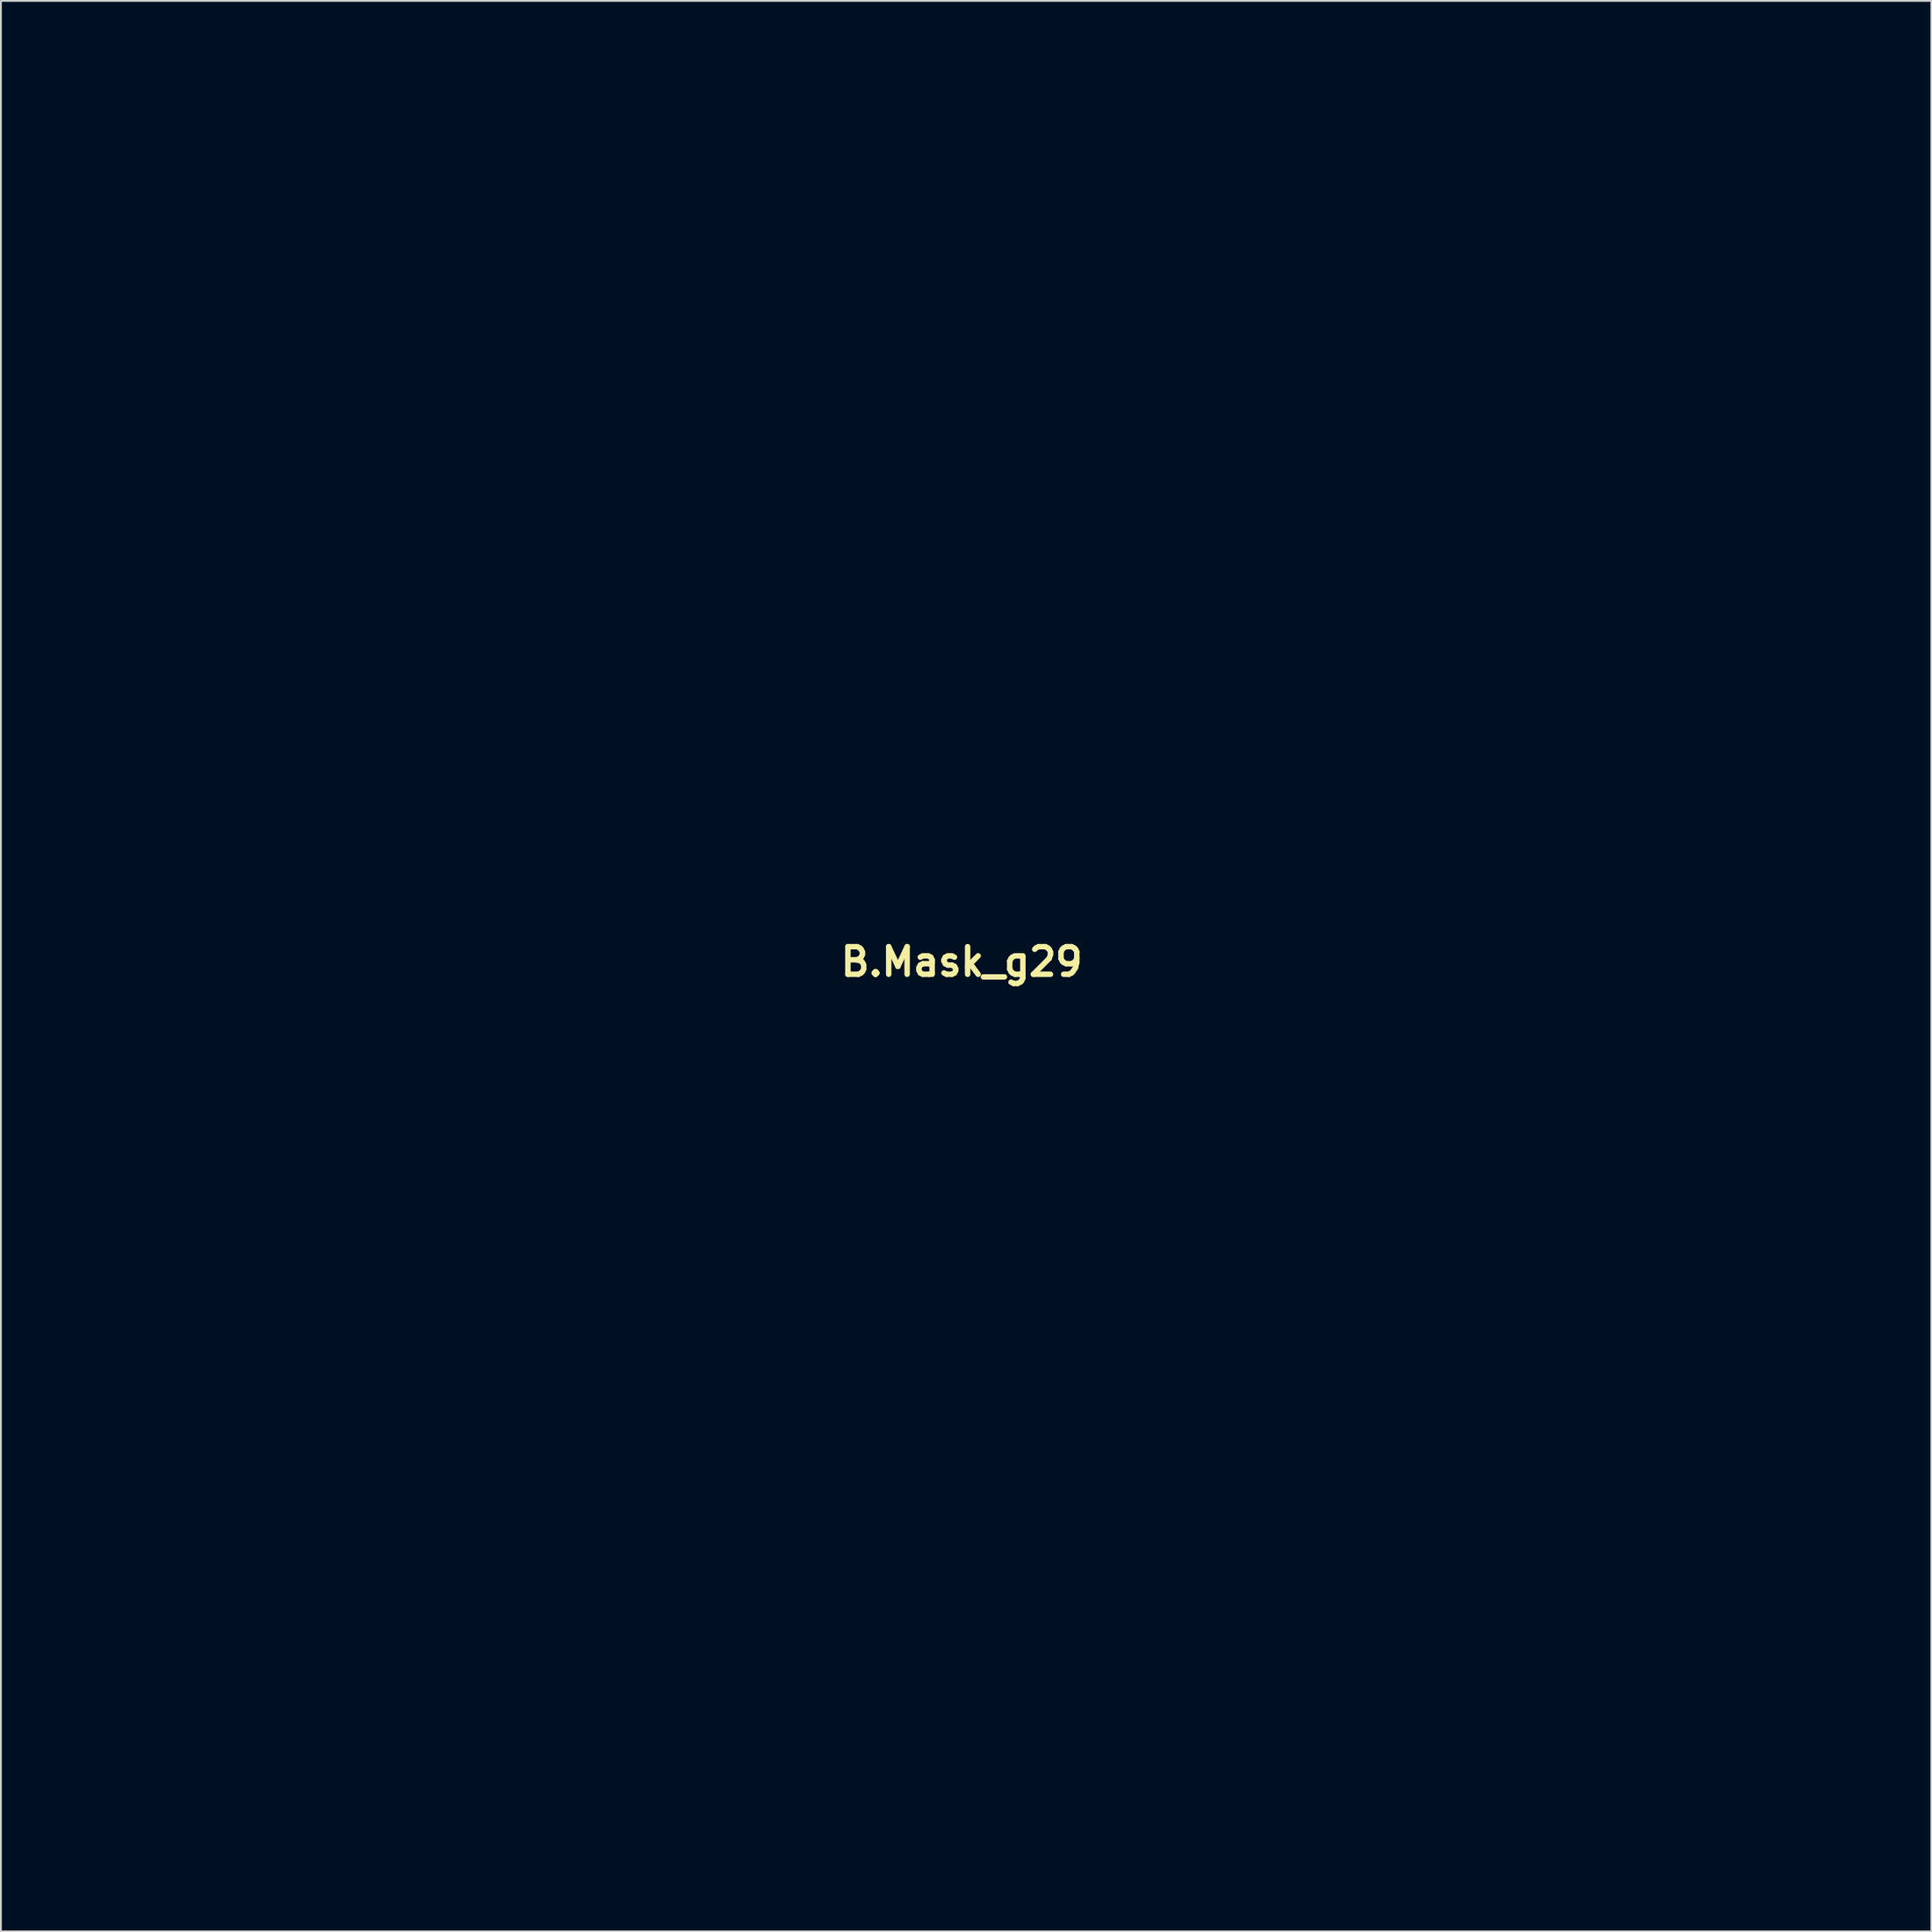
<source format=kicad_pcb>
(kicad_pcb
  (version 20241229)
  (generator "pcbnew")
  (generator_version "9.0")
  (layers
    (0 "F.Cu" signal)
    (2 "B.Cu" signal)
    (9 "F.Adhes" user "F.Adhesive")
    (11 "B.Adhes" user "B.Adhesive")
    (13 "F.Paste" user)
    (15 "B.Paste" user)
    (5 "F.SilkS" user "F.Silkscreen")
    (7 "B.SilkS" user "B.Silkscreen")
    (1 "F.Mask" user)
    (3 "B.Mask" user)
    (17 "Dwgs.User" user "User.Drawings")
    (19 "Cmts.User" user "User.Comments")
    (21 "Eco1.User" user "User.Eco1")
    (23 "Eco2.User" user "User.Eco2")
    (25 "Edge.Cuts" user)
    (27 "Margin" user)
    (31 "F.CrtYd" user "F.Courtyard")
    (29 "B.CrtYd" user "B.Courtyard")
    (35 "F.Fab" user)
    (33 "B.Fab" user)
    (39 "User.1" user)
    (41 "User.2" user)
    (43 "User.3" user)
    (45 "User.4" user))
  (footprint "B.Mask_g29"
    (layer "F.Cu")
    (at 50.015 50.019)
    (property "Reference" "B.Mask_g29" (at 0 0 0) (layer "F.SilkS") (effects (font (size 1.524 1.524) (thickness 0.3))))
    (attr through_hole)
    (fp_poly (pts (xy 10.111 -15.165) (xy 10.38 -14.652) (xy 10.622 -14.13) (xy 10.834 -13.605) (xy 11.017 -13.081) (xy 11.167 -12.564) (xy 11.283 -12.058) (xy 11.356 -11.62) (xy 11.376 -11.441) (xy 11.391 -11.236) (xy 11.4 -11.019) (xy 11.405 -10.802) (xy 11.403 -10.597) (xy 11.395 -10.416) (xy 11.389 -10.351) (xy 11.331 -9.926) (xy 11.24 -9.527) (xy 11.114 -9.15) (xy 10.953 -8.794) (xy 10.754 -8.454) (xy 10.518 -8.13) (xy 10.242 -7.818) (xy 10.157 -7.732) (xy 9.786 -7.393) (xy 9.398 -7.094) (xy 8.992 -6.832) (xy 8.567 -6.609) (xy 8.124 -6.424) (xy 7.663 -6.276) (xy 7.182 -6.167) (xy 6.773 -6.106) (xy 6.68 -6.098) (xy 6.555 -6.091) (xy 6.406 -6.085) (xy 6.242 -6.081) (xy 6.072 -6.078) (xy 5.904 -6.077) (xy 5.746 -6.078) (xy 5.608 -6.081) (xy 5.497 -6.085) (xy 5.44 -6.089) (xy 4.813 -6.176) (xy 4.2 -6.301) (xy 3.598 -6.466) (xy 3.005 -6.671) (xy 2.417 -6.917) (xy 2.145 -7.046) (xy 1.815 -7.208) (xy 5.899 -11.302) (xy 9.982 -15.396) (xy 10.111 -15.165)) (stroke (width 0.01) (type solid)) (fill yes) (layer "B.Mask"))
    (fp_poly (pts (xy -7.241 2.474) (xy -7.211 2.523) (xy -7.17 2.601) (xy -7.119 2.702) (xy -7.062 2.821) (xy -7.001 2.953) (xy -6.938 3.091) (xy -6.877 3.233) (xy -6.819 3.371) (xy -6.796 3.425) (xy -6.615 3.907) (xy -6.458 4.397) (xy -6.326 4.887) (xy -6.222 5.37) (xy -6.147 5.839) (xy -6.115 6.121) (xy -6.105 6.271) (xy -6.1 6.449) (xy -6.099 6.645) (xy -6.101 6.85) (xy -6.108 7.054) (xy -6.117 7.247) (xy -6.13 7.419) (xy -6.146 7.56) (xy -6.148 7.578) (xy -6.237 8.031) (xy -6.364 8.465) (xy -6.529 8.881) (xy -6.731 9.277) (xy -6.97 9.652) (xy -7.246 10.007) (xy -7.559 10.34) (xy -7.591 10.372) (xy -7.967 10.704) (xy -8.361 10.999) (xy -8.774 11.255) (xy -9.205 11.473) (xy -9.654 11.653) (xy -10.12 11.795) (xy -10.604 11.898) (xy -11.106 11.963) (xy -11.624 11.989) (xy -12.118 11.979) (xy -12.653 11.932) (xy -13.204 11.846) (xy -13.771 11.721) (xy -13.843 11.703) (xy -13.993 11.662) (xy -14.153 11.616) (xy -14.319 11.565) (xy -14.485 11.511) (xy -14.647 11.456) (xy -14.8 11.403) (xy -14.938 11.352) (xy -15.057 11.305) (xy -15.151 11.264) (xy -15.217 11.232) (xy -15.249 11.209) (xy -15.251 11.204) (xy -15.237 11.187) (xy -15.195 11.14) (xy -15.128 11.065) (xy -15.037 10.963) (xy -14.922 10.837) (xy -14.786 10.687) (xy -14.63 10.514) (xy -14.454 10.322) (xy -14.262 10.11) (xy -14.053 9.881) (xy -13.83 9.636) (xy -13.593 9.376) (xy -13.345 9.104) (xy -13.086 8.82) (xy -12.819 8.527) (xy -12.543 8.225) (xy -12.261 7.916) (xy -11.975 7.602) (xy -11.685 7.285) (xy -11.393 6.965) (xy -11.1 6.645) (xy -10.808 6.326) (xy -10.518 6.009) (xy -10.232 5.696) (xy -9.95 5.388) (xy -9.675 5.088) (xy -9.408 4.796) (xy -9.149 4.514) (xy -8.902 4.243) (xy -8.666 3.986) (xy -8.443 3.743) (xy -8.235 3.517) (xy -8.044 3.308) (xy -7.869 3.119) (xy -7.714 2.95) (xy -7.579 2.803) (xy -7.466 2.681) (xy -7.375 2.583) (xy -7.31 2.513) (xy -7.27 2.471) (xy -7.257 2.459) (xy -7.241 2.474)) (stroke (width 0.01) (type solid)) (fill yes) (layer "B.Mask"))
    (fp_poly (pts (xy 22.101 -1.858) (xy 22.293 -1.845) (xy 22.449 -1.824) (xy 22.568 -1.795) (xy 22.648 -1.758) (xy 22.681 -1.726) (xy 22.692 -1.691) (xy 22.707 -1.616) (xy 22.725 -1.506) (xy 22.745 -1.362) (xy 22.767 -1.189) (xy 22.791 -0.989) (xy 22.817 -0.765) (xy 22.845 -0.52) (xy 22.873 -0.258) (xy 22.902 0.019) (xy 22.932 0.308) (xy 22.961 0.604) (xy 22.991 0.906) (xy 23.02 1.211) (xy 23.048 1.514) (xy 23.075 1.814) (xy 23.101 2.106) (xy 23.124 2.389) (xy 23.146 2.658) (xy 23.166 2.911) (xy 23.182 3.145) (xy 23.196 3.357) (xy 23.2 3.429) (xy 23.213 3.733) (xy 23.216 4.038) (xy 23.207 4.348) (xy 23.188 4.667) (xy 23.157 4.999) (xy 23.113 5.348) (xy 23.057 5.718) (xy 22.988 6.113) (xy 22.906 6.537) (xy 22.809 6.994) (xy 22.742 7.294) (xy 22.637 7.742) (xy 22.534 8.155) (xy 22.431 8.535) (xy 22.326 8.891) (xy 22.217 9.226) (xy 22.103 9.546) (xy 21.981 9.857) (xy 21.852 10.164) (xy 21.844 10.181) (xy 21.544 10.849) (xy 21.248 11.475) (xy 20.957 12.063) (xy 20.669 12.613) (xy 20.383 13.125) (xy 20.1 13.603) (xy 19.817 14.046) (xy 19.534 14.457) (xy 19.251 14.837) (xy 18.967 15.186) (xy 18.865 15.303) (xy 18.781 15.395) (xy 18.671 15.512) (xy 18.538 15.65) (xy 18.387 15.804) (xy 18.221 15.972) (xy 18.045 16.148) (xy 17.862 16.328) (xy 17.678 16.51) (xy 17.495 16.688) (xy 17.319 16.858) (xy 17.152 17.017) (xy 17 17.16) (xy 16.867 17.284) (xy 16.785 17.358) (xy 15.952 18.077) (xy 15.105 18.757) (xy 14.24 19.402) (xy 13.353 20.014) (xy 12.441 20.596) (xy 11.5 21.151) (xy 11.084 21.382) (xy 10.757 21.558) (xy 10.413 21.737) (xy 10.059 21.917) (xy 9.702 22.094) (xy 9.346 22.266) (xy 8.998 22.429) (xy 8.665 22.581) (xy 8.353 22.719) (xy 8.067 22.839) (xy 7.932 22.893) (xy 7.248 23.143) (xy 6.54 23.362) (xy 5.811 23.549) (xy 5.068 23.703) (xy 4.315 23.823) (xy 3.557 23.907) (xy 3.133 23.939) (xy 3.01 23.945) (xy 2.867 23.95) (xy 2.711 23.954) (xy 2.551 23.956) (xy 2.393 23.957) (xy 2.247 23.957) (xy 2.12 23.955) (xy 2.02 23.951) (xy 1.958 23.947) (xy 1.898 23.94) (xy 1.821 23.931) (xy 1.788 23.928) (xy 1.721 23.918) (xy 1.67 23.906) (xy 1.655 23.899) (xy 1.639 23.872) (xy 1.617 23.806) (xy 1.591 23.708) (xy 1.56 23.58) (xy 1.526 23.428) (xy 1.489 23.256) (xy 1.451 23.068) (xy 1.412 22.868) (xy 1.372 22.662) (xy 1.334 22.452) (xy 1.297 22.243) (xy 1.263 22.04) (xy 1.232 21.847) (xy 1.206 21.669) (xy 1.184 21.509) (xy 1.176 21.442) (xy 1.159 21.267) (xy 1.148 21.095) (xy 1.143 20.932) (xy 1.145 20.786) (xy 1.152 20.663) (xy 1.165 20.571) (xy 1.176 20.533) (xy 1.205 20.477) (xy 1.246 20.442) (xy 1.307 20.417) (xy 1.387 20.393) (xy 1.485 20.37) (xy 1.604 20.349) (xy 1.744 20.328) (xy 1.908 20.307) (xy 2.098 20.287) (xy 2.315 20.268) (xy 2.56 20.248) (xy 2.836 20.229) (xy 3.145 20.209) (xy 3.487 20.189) (xy 3.865 20.169) (xy 4.281 20.149) (xy 4.735 20.128) (xy 5.165 20.108) (xy 5.512 20.093) (xy 5.82 20.079) (xy 6.091 20.067) (xy 6.326 20.055) (xy 6.529 20.045) (xy 6.702 20.034) (xy 6.847 20.024) (xy 6.966 20.015) (xy 7.063 20.004) (xy 7.139 19.994) (xy 7.197 19.983) (xy 7.24 19.971) (xy 7.269 19.957) (xy 7.288 19.942) (xy 7.298 19.926) (xy 7.302 19.908) (xy 7.303 19.897) (xy 7.305 19.862) (xy 7.311 19.797) (xy 7.319 19.713) (xy 7.323 19.674) (xy 7.332 19.579) (xy 7.341 19.443) (xy 7.352 19.269) (xy 7.364 19.059) (xy 7.377 18.815) (xy 7.39 18.539) (xy 7.405 18.233) (xy 7.42 17.9) (xy 7.435 17.541) (xy 7.451 17.158) (xy 7.451 17.156) (xy 7.467 16.745) (xy 7.483 16.376) (xy 7.497 16.044) (xy 7.51 15.749) (xy 7.523 15.488) (xy 7.534 15.26) (xy 7.545 15.062) (xy 7.556 14.893) (xy 7.566 14.75) (xy 7.575 14.632) (xy 7.585 14.536) (xy 7.594 14.461) (xy 7.603 14.405) (xy 7.612 14.369) (xy 7.638 14.336) (xy 7.668 14.322) (xy 7.728 14.312) (xy 7.83 14.302) (xy 7.974 14.29) (xy 8.16 14.279) (xy 8.389 14.266) (xy 8.659 14.253) (xy 8.971 14.239) (xy 9.324 14.225) (xy 9.719 14.21) (xy 10.156 14.195) (xy 10.634 14.178) (xy 10.858 14.171) (xy 11.332 14.156) (xy 11.765 14.141) (xy 12.157 14.126) (xy 12.51 14.112) (xy 12.825 14.099) (xy 13.103 14.086) (xy 13.344 14.073) (xy 13.55 14.061) (xy 13.722 14.049) (xy 13.861 14.037) (xy 13.967 14.026) (xy 14.042 14.014) (xy 14.088 14.003) (xy 14.101 13.995) (xy 14.111 13.98) (xy 14.12 13.953) (xy 14.129 13.911) (xy 14.138 13.854) (xy 14.147 13.779) (xy 14.156 13.685) (xy 14.166 13.57) (xy 14.176 13.433) (xy 14.187 13.271) (xy 14.199 13.083) (xy 14.211 12.868) (xy 14.224 12.623) (xy 14.238 12.347) (xy 14.253 12.038) (xy 14.27 11.695) (xy 14.288 11.315) (xy 14.307 10.898) (xy 14.328 10.441) (xy 14.341 10.149) (xy 14.363 9.653) (xy 14.384 9.197) (xy 14.404 8.781) (xy 14.423 8.403) (xy 14.441 8.06) (xy 14.457 7.753) (xy 14.473 7.479) (xy 14.489 7.237) (xy 14.503 7.026) (xy 14.518 6.843) (xy 14.531 6.687) (xy 14.545 6.558) (xy 14.558 6.453) (xy 14.572 6.371) (xy 14.585 6.31) (xy 14.599 6.269) (xy 14.612 6.247) (xy 14.614 6.246) (xy 14.644 6.23) (xy 14.699 6.214) (xy 14.779 6.198) (xy 14.886 6.181) (xy 15.022 6.163) (xy 15.187 6.145) (xy 15.384 6.126) (xy 15.613 6.105) (xy 15.876 6.084) (xy 16.175 6.061) (xy 16.511 6.036) (xy 16.885 6.01) (xy 17.299 5.982) (xy 17.664 5.959) (xy 18.09 5.931) (xy 18.476 5.905) (xy 18.823 5.881) (xy 19.132 5.859) (xy 19.405 5.838) (xy 19.643 5.819) (xy 19.848 5.801) (xy 20.022 5.785) (xy 20.165 5.769) (xy 20.28 5.755) (xy 20.367 5.741) (xy 20.429 5.728) (xy 20.467 5.716) (xy 20.471 5.714) (xy 20.487 5.698) (xy 20.499 5.669) (xy 20.506 5.623) (xy 20.509 5.559) (xy 20.507 5.474) (xy 20.501 5.365) (xy 20.489 5.229) (xy 20.471 5.065) (xy 20.448 4.869) (xy 20.42 4.639) (xy 20.385 4.372) (xy 20.344 4.066) (xy 20.342 4.052) (xy 20.29 3.661) (xy 20.245 3.309) (xy 20.207 2.996) (xy 20.176 2.718) (xy 20.151 2.475) (xy 20.133 2.263) (xy 20.121 2.081) (xy 20.115 1.928) (xy 20.116 1.8) (xy 20.122 1.697) (xy 20.135 1.616) (xy 20.153 1.556) (xy 20.177 1.513) (xy 20.199 1.492) (xy 20.255 1.466) (xy 20.324 1.457) (xy 20.41 1.466) (xy 20.516 1.495) (xy 20.644 1.545) (xy 20.798 1.617) (xy 20.981 1.711) (xy 21.147 1.801) (xy 21.241 1.852) (xy 21.327 1.894) (xy 21.396 1.925) (xy 21.436 1.939) (xy 21.477 1.944) (xy 21.498 1.932) (xy 21.51 1.893) (xy 21.516 1.861) (xy 21.52 1.82) (xy 21.523 1.758) (xy 21.523 1.671) (xy 21.521 1.558) (xy 21.517 1.417) (xy 21.511 1.245) (xy 21.503 1.04) (xy 21.492 0.799) (xy 21.478 0.521) (xy 21.463 0.203) (xy 21.461 0.169) (xy 21.45 -0.045) (xy 21.44 -0.274) (xy 21.43 -0.507) (xy 21.422 -0.735) (xy 21.414 -0.947) (xy 21.409 -1.134) (xy 21.406 -1.231) (xy 21.393 -1.817) (xy 21.476 -1.839) (xy 21.526 -1.848) (xy 21.609 -1.855) (xy 21.714 -1.859) (xy 21.832 -1.862) (xy 21.876 -1.862) (xy 22.101 -1.858)) (stroke (width 0.01) (type solid)) (fill yes) (layer "B.Mask"))
    (fp_poly (pts (xy 18.743 -10.292) (xy 18.793 -10.25) (xy 18.861 -10.172) (xy 18.945 -10.062) (xy 19.044 -9.92) (xy 19.157 -9.749) (xy 19.282 -9.552) (xy 19.419 -9.33) (xy 19.565 -9.087) (xy 19.72 -8.824) (xy 19.881 -8.544) (xy 20.049 -8.249) (xy 20.221 -7.941) (xy 20.396 -7.622) (xy 20.572 -7.295) (xy 20.749 -6.962) (xy 20.926 -6.625) (xy 21.1 -6.287) (xy 21.229 -6.032) (xy 21.438 -5.612) (xy 21.625 -5.228) (xy 21.79 -4.88) (xy 21.933 -4.567) (xy 22.054 -4.291) (xy 22.153 -4.05) (xy 22.23 -3.845) (xy 22.284 -3.675) (xy 22.317 -3.541) (xy 22.328 -3.442) (xy 22.321 -3.39) (xy 22.285 -3.344) (xy 22.215 -3.315) (xy 22.115 -3.305) (xy 22.049 -3.309) (xy 21.944 -3.323) (xy 21.824 -3.347) (xy 21.687 -3.382) (xy 21.53 -3.429) (xy 21.351 -3.488) (xy 21.147 -3.562) (xy 20.915 -3.649) (xy 20.653 -3.753) (xy 20.357 -3.872) (xy 20.034 -4.006) (xy 19.777 -4.113) (xy 19.556 -4.204) (xy 19.368 -4.28) (xy 19.212 -4.342) (xy 19.085 -4.39) (xy 18.984 -4.426) (xy 18.907 -4.451) (xy 18.852 -4.464) (xy 18.815 -4.469) (xy 18.795 -4.464) (xy 18.792 -4.461) (xy 18.791 -4.439) (xy 18.791 -4.378) (xy 18.79 -4.279) (xy 18.789 -4.144) (xy 18.788 -3.977) (xy 18.787 -3.779) (xy 18.785 -3.552) (xy 18.784 -3.299) (xy 18.782 -3.023) (xy 18.781 -2.725) (xy 18.779 -2.407) (xy 18.778 -2.073) (xy 18.776 -1.725) (xy 18.774 -1.364) (xy 18.774 -1.281) (xy 18.772 -0.824) (xy 18.77 -0.409) (xy 18.768 -0.031) (xy 18.766 0.31) (xy 18.763 0.617) (xy 18.761 0.892) (xy 18.758 1.136) (xy 18.756 1.352) (xy 18.752 1.542) (xy 18.749 1.708) (xy 18.745 1.851) (xy 18.741 1.974) (xy 18.736 2.079) (xy 18.731 2.168) (xy 18.725 2.242) (xy 18.719 2.304) (xy 18.712 2.356) (xy 18.704 2.4) (xy 18.696 2.438) (xy 18.694 2.445) (xy 18.67 2.493) (xy 18.621 2.534) (xy 18.58 2.555) (xy 18.529 2.577) (xy 18.458 2.603) (xy 18.363 2.633) (xy 18.245 2.669) (xy 18.1 2.71) (xy 17.929 2.757) (xy 17.73 2.81) (xy 17.5 2.87) (xy 17.24 2.937) (xy 16.946 3.011) (xy 16.618 3.093) (xy 16.255 3.183) (xy 15.855 3.281) (xy 15.416 3.388) (xy 14.986 3.493) (xy 14.471 3.618) (xy 13.996 3.734) (xy 13.559 3.841) (xy 13.159 3.94) (xy 12.795 4.031) (xy 12.464 4.114) (xy 12.166 4.19) (xy 11.899 4.259) (xy 11.661 4.321) (xy 11.451 4.378) (xy 11.268 4.428) (xy 11.111 4.473) (xy 10.976 4.513) (xy 10.864 4.549) (xy 10.773 4.58) (xy 10.733 4.595) (xy 10.664 4.622) (xy 10.611 4.649) (xy 10.572 4.681) (xy 10.545 4.723) (xy 10.527 4.782) (xy 10.518 4.863) (xy 10.514 4.972) (xy 10.513 5.114) (xy 10.514 5.207) (xy 10.516 5.327) (xy 10.519 5.454) (xy 10.524 5.59) (xy 10.532 5.737) (xy 10.541 5.899) (xy 10.553 6.077) (xy 10.568 6.276) (xy 10.586 6.496) (xy 10.607 6.742) (xy 10.632 7.016) (xy 10.66 7.32) (xy 10.692 7.657) (xy 10.728 8.03) (xy 10.768 8.441) (xy 10.783 8.594) (xy 10.815 8.921) (xy 10.843 9.21) (xy 10.867 9.464) (xy 10.888 9.686) (xy 10.906 9.88) (xy 10.92 10.05) (xy 10.932 10.198) (xy 10.942 10.329) (xy 10.95 10.445) (xy 10.954 10.52) (xy 10.96 10.644) (xy 10.959 10.732) (xy 10.946 10.791) (xy 10.916 10.825) (xy 10.865 10.841) (xy 10.788 10.845) (xy 10.707 10.844) (xy 10.632 10.84) (xy 10.523 10.832) (xy 10.389 10.819) (xy 10.236 10.802) (xy 10.073 10.784) (xy 9.921 10.765) (xy 9.655 10.733) (xy 9.428 10.709) (xy 9.241 10.695) (xy 9.093 10.69) (xy 8.986 10.694) (xy 8.919 10.707) (xy 8.91 10.711) (xy 8.889 10.728) (xy 8.876 10.758) (xy 8.868 10.802) (xy 8.868 10.865) (xy 8.876 10.95) (xy 8.891 11.059) (xy 8.914 11.197) (xy 8.947 11.366) (xy 8.988 11.57) (xy 9.038 11.811) (xy 9.075 12.001) (xy 9.105 12.181) (xy 9.128 12.346) (xy 9.141 12.49) (xy 9.145 12.607) (xy 9.14 12.69) (xy 9.137 12.705) (xy 9.106 12.755) (xy 9.065 12.782) (xy 9.014 12.798) (xy 8.942 12.816) (xy 8.848 12.834) (xy 8.73 12.853) (xy 8.587 12.873) (xy 8.417 12.894) (xy 8.219 12.916) (xy 7.992 12.941) (xy 7.735 12.966) (xy 7.445 12.994) (xy 7.122 13.023) (xy 6.764 13.055) (xy 6.369 13.088) (xy 5.937 13.124) (xy 5.466 13.162) (xy 4.955 13.204) (xy 4.763 13.219) (xy 4.314 13.254) (xy 3.906 13.287) (xy 3.537 13.317) (xy 3.204 13.344) (xy 2.906 13.369) (xy 2.641 13.391) (xy 2.407 13.412) (xy 2.202 13.43) (xy 2.024 13.447) (xy 1.872 13.462) (xy 1.743 13.476) (xy 1.636 13.489) (xy 1.549 13.501) (xy 1.48 13.513) (xy 1.427 13.523) (xy 1.388 13.533) (xy 1.362 13.544) (xy 1.346 13.554) (xy 1.339 13.563) (xy 1.334 13.593) (xy 1.333 13.644) (xy 1.337 13.72) (xy 1.346 13.821) (xy 1.361 13.949) (xy 1.38 14.106) (xy 1.405 14.292) (xy 1.436 14.511) (xy 1.473 14.763) (xy 1.515 15.05) (xy 1.565 15.373) (xy 1.621 15.735) (xy 1.683 16.136) (xy 1.704 16.267) (xy 1.766 16.665) (xy 1.822 17.023) (xy 1.872 17.344) (xy 1.915 17.628) (xy 1.952 17.878) (xy 1.984 18.095) (xy 2.011 18.282) (xy 2.032 18.441) (xy 2.048 18.572) (xy 2.06 18.678) (xy 2.068 18.762) (xy 2.071 18.824) (xy 2.071 18.867) (xy 2.066 18.892) (xy 2.066 18.893) (xy 2.043 18.92) (xy 1.991 18.95) (xy 1.908 18.986) (xy 1.79 19.028) (xy 1.634 19.077) (xy 1.619 19.082) (xy 1.345 19.161) (xy 1.035 19.246) (xy 0.697 19.333) (xy 0.335 19.421) (xy -0.042 19.51) (xy -0.428 19.597) (xy -0.818 19.682) (xy -1.205 19.762) (xy -1.581 19.837) (xy -1.941 19.905) (xy -2.278 19.964) (xy -2.586 20.014) (xy -2.646 20.022) (xy -3.246 20.104) (xy -3.833 20.172) (xy -4.403 20.225) (xy -4.951 20.264) (xy -5.474 20.287) (xy -5.968 20.296) (xy -6.429 20.289) (xy -6.725 20.276) (xy -7.031 20.252) (xy -7.305 20.221) (xy -7.558 20.178) (xy -7.8 20.123) (xy -8.043 20.054) (xy -8.181 20.009) (xy -8.399 19.931) (xy -8.614 19.847) (xy -8.835 19.754) (xy -9.071 19.646) (xy -9.332 19.521) (xy -9.388 19.494) (xy -9.812 19.284) (xy -9.88 19.146) (xy -9.913 19.077) (xy -9.938 19.024) (xy -9.948 18.998) (xy -9.948 18.997) (xy -9.929 18.991) (xy -9.879 18.988) (xy -9.812 18.986) (xy -9.572 18.974) (xy -9.307 18.94) (xy -9.022 18.884) (xy -8.728 18.81) (xy -8.431 18.72) (xy -8.139 18.615) (xy -7.861 18.498) (xy -7.761 18.451) (xy -7.335 18.225) (xy -6.935 17.973) (xy -6.557 17.691) (xy -6.197 17.376) (xy -5.851 17.025) (xy -5.586 16.722) (xy -5.496 16.613) (xy -5.401 16.495) (xy -5.3 16.368) (xy -5.192 16.23) (xy -5.076 16.08) (xy -4.953 15.917) (xy -4.819 15.74) (xy -4.676 15.548) (xy -4.522 15.339) (xy -4.357 15.113) (xy -4.179 14.869) (xy -3.988 14.606) (xy -3.783 14.321) (xy -3.563 14.016) (xy -3.328 13.687) (xy -3.076 13.334) (xy -2.808 12.957) (xy -2.521 12.553) (xy -2.216 12.122) (xy -1.892 11.663) (xy -1.547 11.174) (xy -1.181 10.655) (xy -0.793 10.105) (xy -0.383 9.522) (xy 0.032 8.932) (xy 0.355 8.472) (xy 0.656 8.045) (xy 0.934 7.65) (xy 1.191 7.286) (xy 1.428 6.95) (xy 1.645 6.643) (xy 1.845 6.362) (xy 2.027 6.106) (xy 2.193 5.874) (xy 2.344 5.664) (xy 2.481 5.476) (xy 2.604 5.306) (xy 2.716 5.155) (xy 2.816 5.021) (xy 2.906 4.902) (xy 2.987 4.798) (xy 3.06 4.706) (xy 3.125 4.625) (xy 3.185 4.554) (xy 3.239 4.492) (xy 3.289 4.437) (xy 3.337 4.388) (xy 3.364 4.36) (xy 3.415 4.309) (xy 3.468 4.259) (xy 3.523 4.207) (xy 3.583 4.152) (xy 3.648 4.093) (xy 3.721 4.03) (xy 3.803 3.959) (xy 3.896 3.88) (xy 4.002 3.792) (xy 4.122 3.694) (xy 4.257 3.583) (xy 4.411 3.458) (xy 4.583 3.319) (xy 4.777 3.164) (xy 4.993 2.99) (xy 5.233 2.798) (xy 5.499 2.586) (xy 5.793 2.352) (xy 6.116 2.094) (xy 6.47 1.813) (xy 6.606 1.704) (xy 6.771 1.573) (xy 6.941 1.436) (xy 7.111 1.299) (xy 7.274 1.168) (xy 7.423 1.047) (xy 7.551 0.942) (xy 7.641 0.868) (xy 7.738 0.788) (xy 7.834 0.709) (xy 7.933 0.628) (xy 8.036 0.545) (xy 8.147 0.456) (xy 8.267 0.36) (xy 8.4 0.256) (xy 8.547 0.141) (xy 8.711 0.013) (xy 8.894 -0.13) (xy 9.1 -0.289) (xy 9.329 -0.466) (xy 9.586 -0.664) (xy 9.871 -0.884) (xy 10.139 -1.09) (xy 10.662 -1.493) (xy 11.152 -1.873) (xy 11.61 -2.229) (xy 12.039 -2.565) (xy 12.439 -2.88) (xy 12.811 -3.176) (xy 13.158 -3.454) (xy 13.48 -3.715) (xy 13.78 -3.961) (xy 14.057 -4.193) (xy 14.314 -4.411) (xy 14.552 -4.618) (xy 14.773 -4.813) (xy 14.977 -4.999) (xy 15.167 -5.177) (xy 15.343 -5.347) (xy 15.507 -5.511) (xy 15.66 -5.67) (xy 15.805 -5.826) (xy 15.941 -5.978) (xy 16.071 -6.13) (xy 16.088 -6.151) (xy 16.43 -6.577) (xy 16.774 -7.041) (xy 17.119 -7.541) (xy 17.463 -8.073) (xy 17.804 -8.634) (xy 18.139 -9.22) (xy 18.466 -9.827) (xy 18.504 -9.901) (xy 18.58 -10.046) (xy 18.64 -10.155) (xy 18.685 -10.231) (xy 18.717 -10.276) (xy 18.737 -10.293) (xy 18.743 -10.292)) (stroke (width 0.01) (type solid)) (fill yes) (layer "B.Mask"))
    (fp_poly (pts (xy -18.385 -50.014) (xy -16.99 -50.014) (xy -15.555 -50.014) (xy -14.081 -50.014) (xy -12.566 -50.014) (xy -11.012 -50.014) (xy -9.417 -50.014) (xy -7.782 -50.014) (xy -6.105 -50.013) (xy -4.387 -50.013) (xy -2.628 -50.013) (xy -0.827 -50.013) (xy 0.497 -50.013) (xy 2.175 -50.012) (xy 3.812 -50.012) (xy 5.407 -50.012) (xy 6.961 -50.012) (xy 8.475 -50.011) (xy 9.949 -50.011) (xy 11.384 -50.011) (xy 12.781 -50.011) (xy 14.139 -50.011) (xy 15.46 -50.01) (xy 16.744 -50.01) (xy 17.991 -50.01) (xy 19.203 -50.01) (xy 20.379 -50.009) (xy 21.52 -50.009) (xy 22.626 -50.009) (xy 23.699 -50.009) (xy 24.738 -50.009) (xy 25.745 -50.008) (xy 26.72 -50.008) (xy 27.662 -50.008) (xy 28.574 -50.008) (xy 29.454 -50.007) (xy 30.305 -50.007) (xy 31.126 -50.007) (xy 31.918 -50.006) (xy 32.682 -50.006) (xy 33.417 -50.006) (xy 34.125 -50.005) (xy 34.806 -50.005) (xy 35.46 -50.005) (xy 36.089 -50.004) (xy 36.692 -50.004) (xy 37.271 -50.004) (xy 37.825 -50.003) (xy 38.355 -50.003) (xy 38.862 -50.002) (xy 39.347 -50.002) (xy 39.809 -50.002) (xy 40.249 -50.001) (xy 40.669 -50.001) (xy 41.068 -50) (xy 41.446 -50) (xy 41.806 -49.999) (xy 42.146 -49.999) (xy 42.468 -49.998) (xy 42.771 -49.997) (xy 43.058 -49.997) (xy 43.327 -49.996) (xy 43.58 -49.996) (xy 43.818 -49.995) (xy 44.04 -49.994) (xy 44.247 -49.993) (xy 44.44 -49.993) (xy 44.619 -49.992) (xy 44.785 -49.991) (xy 44.939 -49.99) (xy 45.08 -49.989) (xy 45.21 -49.989) (xy 45.329 -49.988) (xy 45.437 -49.987) (xy 45.535 -49.986) (xy 45.624 -49.985) (xy 45.703 -49.984) (xy 45.775 -49.983) (xy 45.838 -49.982) (xy 45.895 -49.981) (xy 45.944 -49.98) (xy 45.987 -49.978) (xy 46.024 -49.977) (xy 46.056 -49.976) (xy 46.084 -49.975) (xy 46.107 -49.974) (xy 46.127 -49.972) (xy 46.143 -49.971) (xy 46.157 -49.969) (xy 46.169 -49.968) (xy 46.175 -49.967) (xy 46.634 -49.882) (xy 47.077 -49.759) (xy 47.501 -49.6) (xy 47.905 -49.406) (xy 48.287 -49.178) (xy 48.645 -48.917) (xy 48.977 -48.625) (xy 49.283 -48.303) (xy 49.559 -47.952) (xy 49.804 -47.574) (xy 49.985 -47.237) (xy 50.146 -46.873) (xy 50.276 -46.502) (xy 50.376 -46.116) (xy 50.451 -45.705) (xy 50.465 -45.604) (xy 50.466 -45.574) (xy 50.467 -45.503) (xy 50.468 -45.391) (xy 50.469 -45.239) (xy 50.47 -45.048) (xy 50.471 -44.818) (xy 50.472 -44.551) (xy 50.473 -44.246) (xy 50.474 -43.905) (xy 50.475 -43.528) (xy 50.476 -43.116) (xy 50.477 -42.67) (xy 50.478 -42.191) (xy 50.479 -41.679) (xy 50.48 -41.136) (xy 50.48 -40.561) (xy 50.481 -39.956) (xy 50.482 -39.321) (xy 50.483 -38.657) (xy 50.483 -37.965) (xy 50.484 -37.246) (xy 50.485 -36.5) (xy 50.485 -35.728) (xy 50.486 -34.931) (xy 50.487 -34.11) (xy 50.487 -33.265) (xy 50.488 -32.397) (xy 50.488 -31.506) (xy 50.489 -30.595) (xy 50.489 -29.662) (xy 50.49 -28.71) (xy 50.49 -27.739) (xy 50.491 -26.749) (xy 50.491 -25.741) (xy 50.492 -24.717) (xy 50.492 -23.676) (xy 50.493 -22.62) (xy 50.493 -21.549) (xy 50.493 -20.464) (xy 50.494 -19.366) (xy 50.494 -18.255) (xy 50.494 -17.133) (xy 50.495 -16) (xy 50.495 -14.856) (xy 50.495 -13.703) (xy 50.495 -12.541) (xy 50.495 -11.372) (xy 50.496 -10.195) (xy 50.496 -9.011) (xy 50.496 -7.822) (xy 50.496 -6.628) (xy 50.496 -5.429) (xy 50.496 -4.227) (xy 50.496 -3.022) (xy 50.496 -1.815) (xy 50.496 -0.607) (xy 50.496 0.601) (xy 50.496 1.81) (xy 50.496 3.017) (xy 50.496 4.223) (xy 50.496 5.426) (xy 50.496 6.626) (xy 50.496 7.822) (xy 50.496 9.014) (xy 50.496 10.2) (xy 50.495 11.38) (xy 50.495 12.552) (xy 50.495 13.718) (xy 50.495 14.874) (xy 50.495 16.022) (xy 50.494 17.16) (xy 50.494 18.287) (xy 50.494 19.402) (xy 50.493 20.506) (xy 50.493 21.596) (xy 50.493 22.673) (xy 50.492 23.735) (xy 50.492 24.783) (xy 50.491 25.814) (xy 50.491 26.829) (xy 50.491 27.826) (xy 50.49 28.805) (xy 50.49 29.766) (xy 50.489 30.706) (xy 50.489 31.627) (xy 50.488 32.526) (xy 50.487 33.403) (xy 50.487 34.258) (xy 50.486 35.089) (xy 50.486 35.897) (xy 50.485 36.679) (xy 50.484 37.436) (xy 50.484 38.166) (xy 50.483 38.87) (xy 50.482 39.545) (xy 50.481 40.192) (xy 50.481 40.81) (xy 50.48 41.398) (xy 50.479 41.954) (xy 50.478 42.479) (xy 50.477 42.972) (xy 50.476 43.432) (xy 50.475 43.858) (xy 50.475 44.249) (xy 50.474 44.606) (xy 50.473 44.926) (xy 50.472 45.209) (xy 50.471 45.455) (xy 50.47 45.662) (xy 50.469 45.83) (xy 50.468 45.959) (xy 50.467 46.047) (xy 50.466 46.094) (xy 50.465 46.101) (xy 50.387 46.56) (xy 50.271 47.003) (xy 50.118 47.429) (xy 49.93 47.836) (xy 49.708 48.221) (xy 49.454 48.583) (xy 49.168 48.921) (xy 48.851 49.231) (xy 48.507 49.513) (xy 48.134 49.765) (xy 47.779 49.962) (xy 47.426 50.124) (xy 47.067 50.255) (xy 46.693 50.36) (xy 46.294 50.441) (xy 46.205 50.455) (xy 46.195 50.456) (xy 46.182 50.458) (xy 46.166 50.459) (xy 46.147 50.46) (xy 46.124 50.461) (xy 46.096 50.463) (xy 46.062 50.464) (xy 46.024 50.465) (xy 45.978 50.466) (xy 45.927 50.467) (xy 45.867 50.468) (xy 45.801 50.469) (xy 45.725 50.47) (xy 45.641 50.471) (xy 45.548 50.472) (xy 45.444 50.473) (xy 45.33 50.474) (xy 45.206 50.475) (xy 45.069 50.476) (xy 44.921 50.476) (xy 44.76 50.477) (xy 44.586 50.478) (xy 44.399 50.479) (xy 44.197 50.479) (xy 43.98 50.48) (xy 43.749 50.481) (xy 43.502 50.481) (xy 43.238 50.482) (xy 42.958 50.483) (xy 42.66 50.483) (xy 42.345 50.484) (xy 42.011 50.484) (xy 41.658 50.485) (xy 41.286 50.485) (xy 40.894 50.486) (xy 40.482 50.486) (xy 40.048 50.487) (xy 39.593 50.487) (xy 39.116 50.488) (xy 38.617 50.488) (xy 38.094 50.488) (xy 37.548 50.489) (xy 36.977 50.489) (xy 36.382 50.489) (xy 35.762 50.49) (xy 35.116 50.49) (xy 34.443 50.49) (xy 33.744 50.491) (xy 33.018 50.491) (xy 32.263 50.491) (xy 31.48 50.491) (xy 30.669 50.492) (xy 29.828 50.492) (xy 28.957 50.492) (xy 28.055 50.492) (xy 27.123 50.492) (xy 26.159 50.493) (xy 25.162 50.493) (xy 24.134 50.493) (xy 23.072 50.493) (xy 21.976 50.493) (xy 20.846 50.493) (xy 19.682 50.493) (xy 18.482 50.494) (xy 17.247 50.494) (xy 15.975 50.494) (xy 14.667 50.494) (xy 13.321 50.494) (xy 11.937 50.494) (xy 10.515 50.494) (xy 9.054 50.494) (xy 7.553 50.494) (xy 6.013 50.495) (xy 4.432 50.495) (xy 2.809 50.495) (xy 1.146 50.495) (xy 0.381 50.495) (xy -1.01 50.495) (xy -2.391 50.495) (xy -3.762 50.495) (xy -5.121 50.495) (xy -6.469 50.495) (xy -7.805 50.495) (xy -9.127 50.495) (xy -10.437 50.495) (xy -11.732 50.495) (xy -13.012 50.495) (xy -14.277 50.495) (xy -15.526 50.495) (xy -16.758 50.495) (xy -17.973 50.495) (xy -19.171 50.495) (xy -20.35 50.494) (xy -21.509 50.494) (xy -22.65 50.494) (xy -23.77 50.494) (xy -24.869 50.494) (xy -25.946 50.493) (xy -27.001 50.493) (xy -28.034 50.493) (xy -29.043 50.493) (xy -30.029 50.493) (xy -30.989 50.492) (xy -31.925 50.492) (xy -32.835 50.492) (xy -33.718 50.491) (xy -34.574 50.491) (xy -35.403 50.491) (xy -36.203 50.491) (xy -36.975 50.49) (xy -37.717 50.49) (xy -38.429 50.489) (xy -39.11 50.489) (xy -39.76 50.489) (xy -40.377 50.488) (xy -40.963 50.488) (xy -41.515 50.488) (xy -42.033 50.487) (xy -42.517 50.487) (xy -42.966 50.486) (xy -43.379 50.486) (xy -43.756 50.485) (xy -44.096 50.485) (xy -44.399 50.485) (xy -44.663 50.484) (xy -44.889 50.484) (xy -45.076 50.483) (xy -45.222 50.483) (xy -45.328 50.482) (xy -45.393 50.482) (xy -45.415 50.481) (xy -45.869 50.426) (xy -46.311 50.331) (xy -46.738 50.198) (xy -47.149 50.028) (xy -47.542 49.824) (xy -47.914 49.586) (xy -48.263 49.316) (xy -48.587 49.015) (xy -48.884 48.685) (xy -49.151 48.327) (xy -49.386 47.943) (xy -49.432 47.858) (xy -49.605 47.495) (xy -49.746 47.123) (xy -49.857 46.736) (xy -49.94 46.326) (xy -49.979 46.059) (xy -49.98 46.029) (xy -49.981 45.957) (xy -49.982 45.845) (xy -49.983 45.692) (xy -49.984 45.5) (xy -49.985 45.27) (xy -49.986 45.002) (xy -49.987 44.696) (xy -49.988 44.355) (xy -49.989 43.977) (xy -49.99 43.565) (xy -49.991 43.119) (xy -49.991 42.639) (xy -49.992 42.127) (xy -49.993 41.583) (xy -49.994 41.007) (xy -49.995 40.402) (xy -49.995 39.766) (xy -49.996 39.102) (xy -49.997 38.41) (xy -49.998 37.69) (xy -49.998 36.944) (xy -49.999 36.172) (xy -49.999 35.374) (xy -50 34.552) (xy -50.001 33.707) (xy -50.001 32.838) (xy -50.002 31.948) (xy -50.002 31.036) (xy -50.003 30.103) (xy -50.003 29.151) (xy -50.004 28.179) (xy -50.004 27.189) (xy -50.005 26.181) (xy -50.005 25.156) (xy -50.006 24.115) (xy -50.006 23.059) (xy -50.006 21.988) (xy -50.007 20.903) (xy -50.007 19.805) (xy -50.007 18.694) (xy -50.008 17.572) (xy -50.008 16.438) (xy -50.008 15.295) (xy -50.008 14.142) (xy -50.009 12.98) (xy -50.009 11.811) (xy -50.009 10.634) (xy -50.009 9.45) (xy -50.009 8.261) (xy -50.009 7.067) (xy -50.009 5.869) (xy -50.009 4.667) (xy -50.009 3.463) (xy -50.01 2.256) (xy -50.01 1.048) (xy -50.01 -0.16) (xy -50.009 -1.368) (xy -50.009 -1.828) (xy -47.985 -1.828) (xy -47.985 -0.15) (xy -47.985 0.242) (xy -47.985 1.937) (xy -47.985 3.59) (xy -47.985 5.202) (xy -47.985 6.773) (xy -47.985 8.304) (xy -47.985 9.795) (xy -47.985 11.247) (xy -47.985 12.66) (xy -47.985 14.035) (xy -47.984 15.372) (xy -47.984 16.672) (xy -47.984 17.935) (xy -47.984 19.162) (xy -47.984 20.354) (xy -47.984 21.51) (xy -47.984 22.632) (xy -47.984 23.719) (xy -47.984 24.773) (xy -47.984 25.794) (xy -47.983 26.782) (xy -47.983 27.739) (xy -47.983 28.663) (xy -47.983 29.557) (xy -47.983 30.42) (xy -47.982 31.253) (xy -47.982 32.057) (xy -47.982 32.832) (xy -47.982 33.578) (xy -47.981 34.296) (xy -47.981 34.987) (xy -47.981 35.651) (xy -47.981 36.289) (xy -47.98 36.9) (xy -47.98 37.487) (xy -47.979 38.048) (xy -47.979 38.585) (xy -47.979 39.098) (xy -47.978 39.588) (xy -47.978 40.055) (xy -47.977 40.5) (xy -47.977 40.923) (xy -47.976 41.325) (xy -47.976 41.706) (xy -47.975 42.067) (xy -47.975 42.408) (xy -47.974 42.73) (xy -47.974 43.033) (xy -47.973 43.318) (xy -47.972 43.585) (xy -47.972 43.835) (xy -47.971 44.068) (xy -47.97 44.286) (xy -47.97 44.488) (xy -47.969 44.674) (xy -47.968 44.846) (xy -47.967 45.004) (xy -47.967 45.149) (xy -47.966 45.28) (xy -47.965 45.399) (xy -47.964 45.506) (xy -47.963 45.601) (xy -47.962 45.685) (xy -47.961 45.759) (xy -47.96 45.823) (xy -47.959 45.877) (xy -47.958 45.923) (xy -47.957 45.96) (xy -47.956 45.989) (xy -47.955 46.011) (xy -47.954 46.026) (xy -47.953 46.032) (xy -47.899 46.284) (xy -47.819 46.542) (xy -47.719 46.791) (xy -47.604 47.015) (xy -47.588 47.042) (xy -47.392 47.329) (xy -47.166 47.59) (xy -46.913 47.821) (xy -46.637 48.021) (xy -46.342 48.187) (xy -46.029 48.318) (xy -45.703 48.412) (xy -45.367 48.466) (xy -45.322 48.47) (xy -45.295 48.47) (xy -45.226 48.471) (xy -45.116 48.471) (xy -44.965 48.472) (xy -44.775 48.472) (xy -44.545 48.473) (xy -44.276 48.473) (xy -43.97 48.474) (xy -43.626 48.474) (xy -43.245 48.475) (xy -42.828 48.475) (xy -42.376 48.476) (xy -41.889 48.476) (xy -41.367 48.477) (xy -40.811 48.477) (xy -40.223 48.477) (xy -39.602 48.478) (xy -38.949 48.478) (xy -38.264 48.478) (xy -37.55 48.479) (xy -36.805 48.479) (xy -36.03 48.48) (xy -35.227 48.48) (xy -34.396 48.48) (xy -33.537 48.48) (xy -32.651 48.481) (xy -31.739 48.481) (xy -30.801 48.481) (xy -29.838 48.482) (xy -28.85 48.482) (xy -27.839 48.482) (xy -26.804 48.482) (xy -25.747 48.483) (xy -24.668 48.483) (xy -23.567 48.483) (xy -22.445 48.483) (xy -21.303 48.483) (xy -20.142 48.483) (xy -18.961 48.484) (xy -17.763 48.484) (xy -16.546 48.484) (xy -15.313 48.484) (xy -14.063 48.484) (xy -12.797 48.484) (xy -11.515 48.484) (xy -10.219 48.484) (xy -8.909 48.484) (xy -7.586 48.484) (xy -6.25 48.484) (xy -4.901 48.484) (xy -3.541 48.484) (xy -2.17 48.484) (xy -0.789 48.484) (xy 0.381 48.484) (xy 2.062 48.484) (xy 3.702 48.484) (xy 5.3 48.484) (xy 6.858 48.483) (xy 8.375 48.483) (xy 9.853 48.483) (xy 11.291 48.483) (xy 12.691 48.483) (xy 14.053 48.483) (xy 15.377 48.483) (xy 16.664 48.483) (xy 17.915 48.482) (xy 19.129 48.482) (xy 20.308 48.482) (xy 21.452 48.482) (xy 22.562 48.482) (xy 23.638 48.482) (xy 24.68 48.481) (xy 25.689 48.481) (xy 26.667 48.481) (xy 27.612 48.481) (xy 28.526 48.481) (xy 29.409 48.481) (xy 30.263 48.48) (xy 31.086 48.48) (xy 31.88 48.48) (xy 32.646 48.48) (xy 33.384 48.479) (xy 34.094 48.479) (xy 34.777 48.479) (xy 35.433 48.478) (xy 36.063 48.478) (xy 36.668 48.478) (xy 37.248 48.477) (xy 37.804 48.477) (xy 38.335 48.477) (xy 38.844 48.476) (xy 39.329 48.476) (xy 39.792 48.476) (xy 40.234 48.475) (xy 40.654 48.475) (xy 41.053 48.474) (xy 41.432 48.474) (xy 41.792 48.473) (xy 42.132 48.473) (xy 42.454 48.472) (xy 42.758 48.471) (xy 43.044 48.471) (xy 43.313 48.47) (xy 43.565 48.47) (xy 43.802 48.469) (xy 44.023 48.468) (xy 44.229 48.468) (xy 44.42 48.467) (xy 44.598 48.466) (xy 44.763 48.465) (xy 44.914 48.465) (xy 45.054 48.464) (xy 45.181 48.463) (xy 45.298 48.462) (xy 45.403 48.461) (xy 45.499 48.46) (xy 45.584 48.459) (xy 45.661 48.458) (xy 45.729 48.457) (xy 45.789 48.456) (xy 45.841 48.455) (xy 45.886 48.454) (xy 45.925 48.453) (xy 45.958 48.452) (xy 45.985 48.45) (xy 46.008 48.449) (xy 46.026 48.448) (xy 46.04 48.447) (xy 46.051 48.445) (xy 46.059 48.444) (xy 46.059 48.444) (xy 46.415 48.352) (xy 46.749 48.225) (xy 47.059 48.066) (xy 47.343 47.875) (xy 47.599 47.653) (xy 47.772 47.467) (xy 47.979 47.195) (xy 48.149 46.91) (xy 48.287 46.606) (xy 48.392 46.278) (xy 48.444 46.059) (xy 48.445 46.051) (xy 48.447 46.04) (xy 48.448 46.026) (xy 48.449 46.008) (xy 48.45 45.985) (xy 48.452 45.958) (xy 48.453 45.925) (xy 48.454 45.886) (xy 48.455 45.841) (xy 48.456 45.789) (xy 48.457 45.729) (xy 48.458 45.661) (xy 48.459 45.584) (xy 48.46 45.498) (xy 48.461 45.403) (xy 48.462 45.297) (xy 48.463 45.181) (xy 48.464 45.053) (xy 48.465 44.913) (xy 48.465 44.762) (xy 48.466 44.597) (xy 48.467 44.419) (xy 48.468 44.227) (xy 48.468 44.021) (xy 48.469 43.8) (xy 48.47 43.563) (xy 48.47 43.31) (xy 48.471 43.041) (xy 48.472 42.754) (xy 48.472 42.45) (xy 48.473 42.128) (xy 48.473 41.788) (xy 48.474 41.428) (xy 48.475 41.048) (xy 48.475 40.648) (xy 48.476 40.228) (xy 48.476 39.786) (xy 48.477 39.322) (xy 48.477 38.836) (xy 48.477 38.328) (xy 48.478 37.795) (xy 48.478 37.239) (xy 48.479 36.659) (xy 48.479 36.053) (xy 48.479 35.422) (xy 48.48 34.765) (xy 48.48 34.081) (xy 48.48 33.371) (xy 48.481 32.632) (xy 48.481 31.866) (xy 48.481 31.071) (xy 48.482 30.246) (xy 48.482 29.392) (xy 48.482 28.508) (xy 48.483 27.593) (xy 48.483 26.647) (xy 48.483 25.669) (xy 48.483 24.658) (xy 48.484 23.615) (xy 48.484 22.538) (xy 48.484 21.427) (xy 48.484 20.282) (xy 48.485 19.102) (xy 48.485 17.886) (xy 48.485 16.634) (xy 48.485 15.346) (xy 48.486 14.02) (xy 48.486 12.657) (xy 48.486 11.256) (xy 48.486 9.816) (xy 48.487 8.337) (xy 48.487 6.818) (xy 48.487 5.259) (xy 48.487 3.659) (xy 48.488 2.018) (xy 48.488 0.466) (xy 48.488 -1.418) (xy 48.488 -3.26) (xy 48.489 -5.06) (xy 48.489 -6.818) (xy 48.489 -8.534) (xy 48.489 -10.209) (xy 48.489 -11.842) (xy 48.489 -13.435) (xy 48.489 -14.986) (xy 48.49 -16.496) (xy 48.49 -17.966) (xy 48.49 -19.395) (xy 48.49 -20.783) (xy 48.49 -22.132) (xy 48.49 -23.44) (xy 48.489 -24.708) (xy 48.489 -25.937) (xy 48.489 -27.126) (xy 48.489 -28.276) (xy 48.489 -29.386) (xy 48.489 -30.457) (xy 48.489 -31.49) (xy 48.488 -32.483) (xy 48.488 -33.438) (xy 48.488 -34.355) (xy 48.487 -35.233) (xy 48.487 -36.073) (xy 48.487 -36.875) (xy 48.486 -37.64) (xy 48.486 -38.366) (xy 48.485 -39.056) (xy 48.485 -39.708) (xy 48.484 -40.322) (xy 48.484 -40.9) (xy 48.483 -41.441) (xy 48.483 -41.945) (xy 48.482 -42.413) (xy 48.482 -42.844) (xy 48.481 -43.24) (xy 48.48 -43.599) (xy 48.48 -43.922) (xy 48.479 -44.21) (xy 48.478 -44.462) (xy 48.477 -44.678) (xy 48.477 -44.86) (xy 48.476 -45.006) (xy 48.475 -45.118) (xy 48.474 -45.195) (xy 48.473 -45.237) (xy 48.473 -45.244) (xy 48.428 -45.604) (xy 48.347 -45.941) (xy 48.231 -46.257) (xy 48.077 -46.555) (xy 47.885 -46.836) (xy 47.654 -47.102) (xy 47.481 -47.269) (xy 47.253 -47.451) (xy 46.994 -47.613) (xy 46.713 -47.751) (xy 46.419 -47.86) (xy 46.121 -47.937) (xy 46.032 -47.953) (xy 46.022 -47.954) (xy 46.005 -47.955) (xy 45.981 -47.956) (xy 45.949 -47.957) (xy 45.91 -47.959) (xy 45.861 -47.96) (xy 45.804 -47.961) (xy 45.737 -47.962) (xy 45.66 -47.963) (xy 45.572 -47.963) (xy 45.473 -47.964) (xy 45.363 -47.965) (xy 45.24 -47.966) (xy 45.105 -47.967) (xy 44.956 -47.968) (xy 44.794 -47.968) (xy 44.617 -47.969) (xy 44.426 -47.97) (xy 44.219 -47.971) (xy 43.997 -47.971) (xy 43.758 -47.972) (xy 43.503 -47.973) (xy 43.23 -47.973) (xy 42.94 -47.974) (xy 42.631 -47.974) (xy 42.303 -47.975) (xy 41.956 -47.976) (xy 41.589 -47.976) (xy 41.201 -47.977) (xy 40.793 -47.977) (xy 40.363 -47.978) (xy 39.911 -47.978) (xy 39.437 -47.978) (xy 38.94 -47.979) (xy 38.419 -47.979) (xy 37.875 -47.98) (xy 37.306 -47.98) (xy 36.712 -47.98) (xy 36.092 -47.981) (xy 35.446 -47.981) (xy 34.774 -47.981) (xy 34.074 -47.982) (xy 33.347 -47.982) (xy 32.592 -47.982) (xy 31.808 -47.982) (xy 30.996 -47.982) (xy 30.153 -47.983) (xy 29.28 -47.983) (xy 28.377 -47.983) (xy 27.443 -47.983) (xy 26.476 -47.983) (xy 25.478 -47.984) (xy 24.447 -47.984) (xy 23.382 -47.984) (xy 22.284 -47.984) (xy 21.152 -47.984) (xy 19.984 -47.984) (xy 18.782 -47.984) (xy 17.543 -47.984) (xy 16.269 -47.984) (xy 14.957 -47.984) (xy 13.608 -47.985) (xy 12.221 -47.985) (xy 10.796 -47.985) (xy 9.332 -47.985) (xy 7.829 -47.985) (xy 6.285 -47.985) (xy 4.702 -47.985) (xy 3.077 -47.985) (xy 1.411 -47.985) (xy 0.241 -47.985) (xy -1.454 -47.985) (xy -3.106 -47.985) (xy -4.718 -47.985) (xy -6.288 -47.985) (xy -7.818 -47.985) (xy -9.309 -47.985) (xy -10.76 -47.985) (xy -12.173 -47.985) (xy -13.547 -47.985) (xy -14.884 -47.985) (xy -16.183 -47.984) (xy -17.446 -47.984) (xy -18.673 -47.984) (xy -19.864 -47.984) (xy -21.019 -47.984) (xy -22.141 -47.984) (xy -23.228 -47.984) (xy -24.281 -47.984) (xy -25.302 -47.984) (xy -26.29 -47.983) (xy -27.245 -47.983) (xy -28.17 -47.983) (xy -29.063 -47.983) (xy -29.926 -47.983) (xy -30.759 -47.983) (xy -31.562 -47.982) (xy -32.336 -47.982) (xy -33.082 -47.982) (xy -33.8 -47.982) (xy -34.491 -47.981) (xy -35.154 -47.981) (xy -35.792 -47.981) (xy -36.403 -47.98) (xy -36.989 -47.98) (xy -37.55 -47.98) (xy -38.087 -47.979) (xy -38.6 -47.979) (xy -39.09 -47.978) (xy -39.557 -47.978) (xy -40.001 -47.978) (xy -40.424 -47.977) (xy -40.826 -47.977) (xy -41.207 -47.976) (xy -41.567 -47.976) (xy -41.908 -47.975) (xy -42.23 -47.975) (xy -42.533 -47.974) (xy -42.818 -47.973) (xy -43.086 -47.973) (xy -43.336 -47.972) (xy -43.57 -47.971) (xy -43.787 -47.971) (xy -43.989 -47.97) (xy -44.176 -47.969) (xy -44.348 -47.968) (xy -44.506 -47.968) (xy -44.651 -47.967) (xy -44.782 -47.966) (xy -44.902 -47.965) (xy -45.009 -47.964) (xy -45.105 -47.963) (xy -45.189 -47.962) (xy -45.264 -47.961) (xy -45.328 -47.96) (xy -45.383 -47.959) (xy -45.429 -47.958) (xy -45.467 -47.957) (xy -45.496 -47.956) (xy -45.519 -47.955) (xy -45.534 -47.954) (xy -45.543 -47.953) (xy -45.88 -47.875) (xy -46.202 -47.759) (xy -46.507 -47.608) (xy -46.791 -47.424) (xy -47.052 -47.209) (xy -47.286 -46.966) (xy -47.492 -46.698) (xy -47.665 -46.407) (xy -47.804 -46.094) (xy -47.853 -45.953) (xy -47.887 -45.835) (xy -47.92 -45.703) (xy -47.946 -45.58) (xy -47.951 -45.552) (xy -47.952 -45.543) (xy -47.953 -45.528) (xy -47.955 -45.509) (xy -47.956 -45.484) (xy -47.957 -45.452) (xy -47.958 -45.414) (xy -47.959 -45.368) (xy -47.96 -45.315) (xy -47.961 -45.254) (xy -47.962 -45.183) (xy -47.963 -45.103) (xy -47.964 -45.014) (xy -47.965 -44.914) (xy -47.966 -44.803) (xy -47.967 -44.68) (xy -47.967 -44.546) (xy -47.968 -44.399) (xy -47.969 -44.239) (xy -47.97 -44.066) (xy -47.971 -43.878) (xy -47.971 -43.676) (xy -47.972 -43.459) (xy -47.973 -43.226) (xy -47.973 -42.977) (xy -47.974 -42.712) (xy -47.974 -42.429) (xy -47.975 -42.128) (xy -47.976 -41.81) (xy -47.976 -41.472) (xy -47.977 -41.116) (xy -47.977 -40.739) (xy -47.978 -40.342) (xy -47.978 -39.925) (xy -47.978 -39.486) (xy -47.979 -39.025) (xy -47.979 -38.542) (xy -47.98 -38.035) (xy -47.98 -37.506) (xy -47.98 -36.952) (xy -47.981 -36.374) (xy -47.981 -35.771) (xy -47.981 -35.142) (xy -47.982 -34.488) (xy -47.982 -33.807) (xy -47.982 -33.098) (xy -47.982 -32.362) (xy -47.983 -31.598) (xy -47.983 -30.806) (xy -47.983 -29.984) (xy -47.983 -29.132) (xy -47.983 -28.25) (xy -47.983 -27.338) (xy -47.984 -26.394) (xy -47.984 -25.418) (xy -47.984 -24.41) (xy -47.984 -23.37) (xy -47.984 -22.296) (xy -47.984 -21.188) (xy -47.984 -20.045) (xy -47.984 -18.868) (xy -47.984 -17.655) (xy -47.984 -16.407) (xy -47.985 -15.122) (xy -47.985 -13.8) (xy -47.985 -12.44) (xy -47.985 -11.042) (xy -47.985 -9.606) (xy -47.985 -8.131) (xy -47.985 -6.616) (xy -47.985 -5.061) (xy -47.985 -3.465) (xy -47.985 -1.828) (xy -50.009 -1.828) (xy -50.009 -2.575) (xy -50.009 -3.78) (xy -50.009 -4.983) (xy -50.009 -6.182) (xy -50.009 -7.378) (xy -50.009 -8.568) (xy -50.009 -9.754) (xy -50.009 -10.933) (xy -50.008 -12.105) (xy -50.008 -13.269) (xy -50.008 -14.425) (xy -50.008 -15.572) (xy -50.007 -16.708) (xy -50.007 -17.834) (xy -50.007 -18.949) (xy -50.006 -20.051) (xy -50.006 -21.141) (xy -50.006 -22.216) (xy -50.005 -23.277) (xy -50.005 -24.323) (xy -50.004 -25.354) (xy -50.004 -26.367) (xy -50.003 -27.363) (xy -50.003 -28.341) (xy -50.002 -29.299) (xy -50.002 -30.239) (xy -50.001 -31.157) (xy -50.001 -32.055) (xy -50 -32.931) (xy -50 -33.784) (xy -49.999 -34.613) (xy -49.998 -35.419) (xy -49.998 -36.199) (xy -49.997 -36.954) (xy -49.996 -37.682) (xy -49.996 -38.384) (xy -49.995 -39.057) (xy -49.994 -39.702) (xy -49.993 -40.317) (xy -49.992 -40.902) (xy -49.992 -41.457) (xy -49.991 -41.979) (xy -49.99 -42.47) (xy -49.989 -42.927) (xy -49.988 -43.35) (xy -49.987 -43.739) (xy -49.986 -44.092) (xy -49.985 -44.41) (xy -49.984 -44.69) (xy -49.983 -44.933) (xy -49.982 -45.137) (xy -49.981 -45.303) (xy -49.98 -45.428) (xy -49.979 -45.513) (xy -49.978 -45.556) (xy -49.978 -45.561) (xy -49.906 -46.021) (xy -49.796 -46.465) (xy -49.648 -46.892) (xy -49.465 -47.3) (xy -49.248 -47.688) (xy -48.997 -48.052) (xy -48.714 -48.392) (xy -48.401 -48.706) (xy -48.058 -48.992) (xy -47.687 -49.248) (xy -47.297 -49.467) (xy -46.957 -49.625) (xy -46.616 -49.753) (xy -46.266 -49.853) (xy -45.9 -49.927) (xy -45.51 -49.977) (xy -45.269 -49.996) (xy -45.241 -49.997) (xy -45.184 -49.998) (xy -45.1 -49.999) (xy -44.988 -50) (xy -44.847 -50) (xy -44.677 -50.001) (xy -44.478 -50.002) (xy -44.25 -50.003) (xy -43.992 -50.004) (xy -43.704 -50.004) (xy -43.386 -50.005) (xy -43.038 -50.006) (xy -42.658 -50.006) (xy -42.248 -50.007) (xy -41.806 -50.007) (xy -41.333 -50.008) (xy -40.827 -50.008) (xy -40.29 -50.009) (xy -39.72 -50.009) (xy -39.117 -50.01) (xy -38.481 -50.01) (xy -37.812 -50.011) (xy -37.109 -50.011) (xy -36.372 -50.012) (xy -35.601 -50.012) (xy -34.796 -50.012) (xy -33.956 -50.012) (xy -33.081 -50.013) (xy -32.17 -50.013) (xy -31.224 -50.013) (xy -30.242 -50.013) (xy -29.224 -50.014) (xy -28.169 -50.014) (xy -27.078 -50.014) (xy -25.949 -50.014) (xy -24.784 -50.014) (xy -23.58 -50.014) (xy -22.339 -50.014) (xy -21.06 -50.014) (xy -19.742 -50.014) (xy -18.385 -50.014)) (stroke (width 0.01) (type solid)) (fill yes) (layer "B.Mask")))
  (gr_rect
    (start -3 -3)
    (end 103.516 103.52)
    (stroke (width 0.1) (type default))
    (fill no)
    (layer "Edge.Cuts")))
</source>
